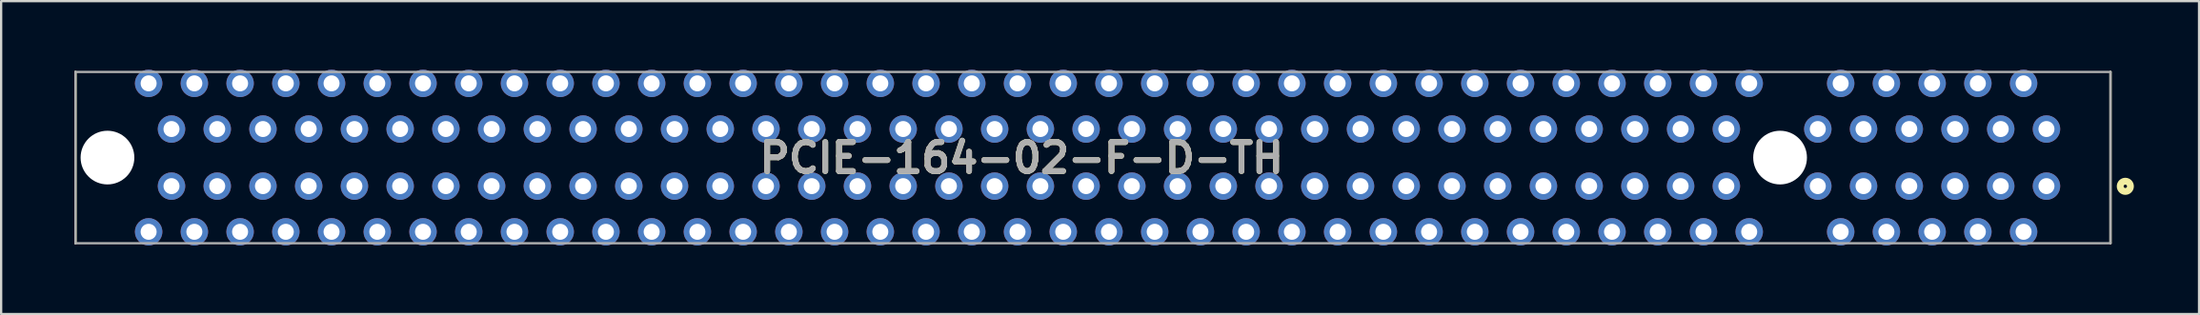
<source format=kicad_pcb>
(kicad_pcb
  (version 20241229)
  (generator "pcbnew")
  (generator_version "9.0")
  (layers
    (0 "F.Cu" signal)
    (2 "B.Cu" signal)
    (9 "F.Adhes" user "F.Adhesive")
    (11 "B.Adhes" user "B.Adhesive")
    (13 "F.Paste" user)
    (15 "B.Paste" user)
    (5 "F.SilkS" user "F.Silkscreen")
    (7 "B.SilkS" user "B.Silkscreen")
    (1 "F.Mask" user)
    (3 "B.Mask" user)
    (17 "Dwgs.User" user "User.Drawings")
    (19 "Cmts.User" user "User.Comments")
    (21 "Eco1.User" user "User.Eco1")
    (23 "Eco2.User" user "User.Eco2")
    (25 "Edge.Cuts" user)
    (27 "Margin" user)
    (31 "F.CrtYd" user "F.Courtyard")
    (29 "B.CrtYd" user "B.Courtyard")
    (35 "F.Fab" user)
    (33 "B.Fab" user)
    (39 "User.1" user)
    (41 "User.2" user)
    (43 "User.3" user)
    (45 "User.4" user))
  (footprint "PCIE-164-02-F-D-TH"
    (layer "F.Cu")
    (at 0.25 3.85)
    (property "Reference" "PCIE-164-02-F-D-TH" (at 41.379 0.016 0) (layer "F.SilkS") (effects (font (size 1.27 1.27) (thickness 0.254))))
    (attr through_hole)
    (fp_line (start 0 -3.75) (end 0 3.75) (stroke (width 0.1) (type solid)) (layer "F.SilkS"))
    (fp_line (start 89 -3.75) (end 89 3.75) (stroke (width 0.1) (type solid)) (layer "F.SilkS"))
    (fp_circle (center 89.649 1.258) (end 89.649 1.332) (stroke (width 0.3) (type solid)) (fill no) (layer "F.SilkS"))
    (fp_line (start 0 -3.75) (end 89 -3.75) (stroke (width 0.1) (type solid)) (layer "F.Fab"))
    (fp_line (start 0 3.75) (end 0 -3.75) (stroke (width 0.1) (type solid)) (layer "F.Fab"))
    (fp_line (start 89 -3.75) (end 89 3.75) (stroke (width 0.1) (type solid)) (layer "F.Fab"))
    (fp_line (start 89 3.75) (end 0 3.75) (stroke (width 0.1) (type solid)) (layer "F.Fab"))
    (fp_text user "${REFERENCE}" (at 41.379 0.016 0) (layer "F.Fab") (effects (font (size 1.27 1.27) (thickness 0.254))))
    (pad "" np_thru_hole circle (at 1.4 0) (size 2.35 2.35) (drill 2.35) (layers "*.Cu" "*.Mask"))
    (pad "" np_thru_hole circle (at 74.55 0) (size 2.35 2.35) (drill 2.35) (layers "*.Cu" "*.Mask"))
    (pad "A1" thru_hole circle (at 86.2 1.25) (size 1.2 1.2) (drill 0.7) (layers "*.Cu" "*.Mask"))
    (pad "A2" thru_hole circle (at 85.2 3.25) (size 1.2 1.2) (drill 0.7) (layers "*.Cu" "*.Mask"))
    (pad "A3" thru_hole circle (at 84.2 1.25) (size 1.2 1.2) (drill 0.7) (layers "*.Cu" "*.Mask"))
    (pad "A4" thru_hole circle (at 83.2 3.25) (size 1.2 1.2) (drill 0.7) (layers "*.Cu" "*.Mask"))
    (pad "A5" thru_hole circle (at 82.2 1.25) (size 1.2 1.2) (drill 0.7) (layers "*.Cu" "*.Mask"))
    (pad "A6" thru_hole circle (at 81.2 3.25) (size 1.2 1.2) (drill 0.7) (layers "*.Cu" "*.Mask"))
    (pad "A7" thru_hole circle (at 80.2 1.25) (size 1.2 1.2) (drill 0.7) (layers "*.Cu" "*.Mask"))
    (pad "A8" thru_hole circle (at 79.2 3.25) (size 1.2 1.2) (drill 0.7) (layers "*.Cu" "*.Mask"))
    (pad "A9" thru_hole circle (at 78.2 1.25) (size 1.2 1.2) (drill 0.7) (layers "*.Cu" "*.Mask"))
    (pad "A10" thru_hole circle (at 77.2 3.25) (size 1.2 1.2) (drill 0.7) (layers "*.Cu" "*.Mask"))
    (pad "A11" thru_hole circle (at 76.2 1.25) (size 1.2 1.2) (drill 0.7) (layers "*.Cu" "*.Mask"))
    (pad "A12" thru_hole circle (at 73.2 3.25) (size 1.2 1.2) (drill 0.7) (layers "*.Cu" "*.Mask"))
    (pad "A13" thru_hole circle (at 72.2 1.25) (size 1.2 1.2) (drill 0.7) (layers "*.Cu" "*.Mask"))
    (pad "A14" thru_hole circle (at 71.2 3.25) (size 1.2 1.2) (drill 0.7) (layers "*.Cu" "*.Mask"))
    (pad "A15" thru_hole circle (at 70.2 1.25) (size 1.2 1.2) (drill 0.7) (layers "*.Cu" "*.Mask"))
    (pad "A16" thru_hole circle (at 69.2 3.25) (size 1.2 1.2) (drill 0.7) (layers "*.Cu" "*.Mask"))
    (pad "A17" thru_hole circle (at 68.2 1.25) (size 1.2 1.2) (drill 0.7) (layers "*.Cu" "*.Mask"))
    (pad "A18" thru_hole circle (at 67.2 3.25) (size 1.2 1.2) (drill 0.7) (layers "*.Cu" "*.Mask"))
    (pad "A19" thru_hole circle (at 66.2 1.25) (size 1.2 1.2) (drill 0.7) (layers "*.Cu" "*.Mask"))
    (pad "A20" thru_hole circle (at 65.2 3.25) (size 1.2 1.2) (drill 0.7) (layers "*.Cu" "*.Mask"))
    (pad "A21" thru_hole circle (at 64.2 1.25) (size 1.2 1.2) (drill 0.7) (layers "*.Cu" "*.Mask"))
    (pad "A22" thru_hole circle (at 63.2 3.25) (size 1.2 1.2) (drill 0.7) (layers "*.Cu" "*.Mask"))
    (pad "A23" thru_hole circle (at 62.2 1.25) (size 1.2 1.2) (drill 0.7) (layers "*.Cu" "*.Mask"))
    (pad "A24" thru_hole circle (at 61.2 3.25) (size 1.2 1.2) (drill 0.7) (layers "*.Cu" "*.Mask"))
    (pad "A25" thru_hole circle (at 60.2 1.25) (size 1.2 1.2) (drill 0.7) (layers "*.Cu" "*.Mask"))
    (pad "A26" thru_hole circle (at 59.2 3.25) (size 1.2 1.2) (drill 0.7) (layers "*.Cu" "*.Mask"))
    (pad "A27" thru_hole circle (at 58.2 1.25) (size 1.2 1.2) (drill 0.7) (layers "*.Cu" "*.Mask"))
    (pad "A28" thru_hole circle (at 57.2 3.25) (size 1.2 1.2) (drill 0.7) (layers "*.Cu" "*.Mask"))
    (pad "A29" thru_hole circle (at 56.2 1.25) (size 1.2 1.2) (drill 0.7) (layers "*.Cu" "*.Mask"))
    (pad "A30" thru_hole circle (at 55.2 3.25) (size 1.2 1.2) (drill 0.7) (layers "*.Cu" "*.Mask"))
    (pad "A31" thru_hole circle (at 54.2 1.25) (size 1.2 1.2) (drill 0.7) (layers "*.Cu" "*.Mask"))
    (pad "A32" thru_hole circle (at 53.2 3.25) (size 1.2 1.2) (drill 0.7) (layers "*.Cu" "*.Mask"))
    (pad "A33" thru_hole circle (at 52.2 1.25) (size 1.2 1.2) (drill 0.7) (layers "*.Cu" "*.Mask"))
    (pad "A34" thru_hole circle (at 51.2 3.25) (size 1.2 1.2) (drill 0.7) (layers "*.Cu" "*.Mask"))
    (pad "A35" thru_hole circle (at 50.2 1.25) (size 1.2 1.2) (drill 0.7) (layers "*.Cu" "*.Mask"))
    (pad "A36" thru_hole circle (at 49.2 3.25) (size 1.2 1.2) (drill 0.7) (layers "*.Cu" "*.Mask"))
    (pad "A37" thru_hole circle (at 48.2 1.25) (size 1.2 1.2) (drill 0.7) (layers "*.Cu" "*.Mask"))
    (pad "A38" thru_hole circle (at 47.2 3.25) (size 1.2 1.2) (drill 0.7) (layers "*.Cu" "*.Mask"))
    (pad "A39" thru_hole circle (at 46.2 1.25) (size 1.2 1.2) (drill 0.7) (layers "*.Cu" "*.Mask"))
    (pad "A40" thru_hole circle (at 45.2 3.25) (size 1.2 1.2) (drill 0.7) (layers "*.Cu" "*.Mask"))
    (pad "A41" thru_hole circle (at 44.2 1.25) (size 1.2 1.2) (drill 0.7) (layers "*.Cu" "*.Mask"))
    (pad "A42" thru_hole circle (at 43.2 3.25) (size 1.2 1.2) (drill 0.7) (layers "*.Cu" "*.Mask"))
    (pad "A43" thru_hole circle (at 42.2 1.25) (size 1.2 1.2) (drill 0.7) (layers "*.Cu" "*.Mask"))
    (pad "A44" thru_hole circle (at 41.2 3.25) (size 1.2 1.2) (drill 0.7) (layers "*.Cu" "*.Mask"))
    (pad "A45" thru_hole circle (at 40.2 1.25) (size 1.2 1.2) (drill 0.7) (layers "*.Cu" "*.Mask"))
    (pad "A46" thru_hole circle (at 39.2 3.25) (size 1.2 1.2) (drill 0.7) (layers "*.Cu" "*.Mask"))
    (pad "A47" thru_hole circle (at 38.2 1.25) (size 1.2 1.2) (drill 0.7) (layers "*.Cu" "*.Mask"))
    (pad "A48" thru_hole circle (at 37.2 3.25) (size 1.2 1.2) (drill 0.7) (layers "*.Cu" "*.Mask"))
    (pad "A49" thru_hole circle (at 36.2 1.25) (size 1.2 1.2) (drill 0.7) (layers "*.Cu" "*.Mask"))
    (pad "A50" thru_hole circle (at 35.2 3.25) (size 1.2 1.2) (drill 0.7) (layers "*.Cu" "*.Mask"))
    (pad "A51" thru_hole circle (at 34.2 1.25) (size 1.2 1.2) (drill 0.7) (layers "*.Cu" "*.Mask"))
    (pad "A52" thru_hole circle (at 33.2 3.25) (size 1.2 1.2) (drill 0.7) (layers "*.Cu" "*.Mask"))
    (pad "A53" thru_hole circle (at 32.2 1.25) (size 1.2 1.2) (drill 0.7) (layers "*.Cu" "*.Mask"))
    (pad "A54" thru_hole circle (at 31.2 3.25) (size 1.2 1.2) (drill 0.7) (layers "*.Cu" "*.Mask"))
    (pad "A55" thru_hole circle (at 30.2 1.25) (size 1.2 1.2) (drill 0.7) (layers "*.Cu" "*.Mask"))
    (pad "A56" thru_hole circle (at 29.2 3.25) (size 1.2 1.2) (drill 0.7) (layers "*.Cu" "*.Mask"))
    (pad "A57" thru_hole circle (at 28.2 1.25) (size 1.2 1.2) (drill 0.7) (layers "*.Cu" "*.Mask"))
    (pad "A58" thru_hole circle (at 27.2 3.25) (size 1.2 1.2) (drill 0.7) (layers "*.Cu" "*.Mask"))
    (pad "A59" thru_hole circle (at 26.2 1.25) (size 1.2 1.2) (drill 0.7) (layers "*.Cu" "*.Mask"))
    (pad "A60" thru_hole circle (at 25.2 3.25) (size 1.2 1.2) (drill 0.7) (layers "*.Cu" "*.Mask"))
    (pad "A61" thru_hole circle (at 24.2 1.25) (size 1.2 1.2) (drill 0.7) (layers "*.Cu" "*.Mask"))
    (pad "A62" thru_hole circle (at 23.2 3.25) (size 1.2 1.2) (drill 0.7) (layers "*.Cu" "*.Mask"))
    (pad "A63" thru_hole circle (at 22.2 1.25) (size 1.2 1.2) (drill 0.7) (layers "*.Cu" "*.Mask"))
    (pad "A64" thru_hole circle (at 21.2 3.25) (size 1.2 1.2) (drill 0.7) (layers "*.Cu" "*.Mask"))
    (pad "A65" thru_hole circle (at 20.2 1.25) (size 1.2 1.2) (drill 0.7) (layers "*.Cu" "*.Mask"))
    (pad "A66" thru_hole circle (at 19.2 3.25) (size 1.2 1.2) (drill 0.7) (layers "*.Cu" "*.Mask"))
    (pad "A67" thru_hole circle (at 18.2 1.25) (size 1.2 1.2) (drill 0.7) (layers "*.Cu" "*.Mask"))
    (pad "A68" thru_hole circle (at 17.2 3.25) (size 1.2 1.2) (drill 0.7) (layers "*.Cu" "*.Mask"))
    (pad "A69" thru_hole circle (at 16.2 1.25) (size 1.2 1.2) (drill 0.7) (layers "*.Cu" "*.Mask"))
    (pad "A70" thru_hole circle (at 15.2 3.25) (size 1.2 1.2) (drill 0.7) (layers "*.Cu" "*.Mask"))
    (pad "A71" thru_hole circle (at 14.2 1.25) (size 1.2 1.2) (drill 0.7) (layers "*.Cu" "*.Mask"))
    (pad "A72" thru_hole circle (at 13.2 3.25) (size 1.2 1.2) (drill 0.7) (layers "*.Cu" "*.Mask"))
    (pad "A73" thru_hole circle (at 12.2 1.25) (size 1.2 1.2) (drill 0.7) (layers "*.Cu" "*.Mask"))
    (pad "A74" thru_hole circle (at 11.2 3.25) (size 1.2 1.2) (drill 0.7) (layers "*.Cu" "*.Mask"))
    (pad "A75" thru_hole circle (at 10.2 1.25) (size 1.2 1.2) (drill 0.7) (layers "*.Cu" "*.Mask"))
    (pad "A76" thru_hole circle (at 9.2 3.25) (size 1.2 1.2) (drill 0.7) (layers "*.Cu" "*.Mask"))
    (pad "A77" thru_hole circle (at 8.2 1.25) (size 1.2 1.2) (drill 0.7) (layers "*.Cu" "*.Mask"))
    (pad "A78" thru_hole circle (at 7.2 3.25) (size 1.2 1.2) (drill 0.7) (layers "*.Cu" "*.Mask"))
    (pad "A79" thru_hole circle (at 6.2 1.25) (size 1.2 1.2) (drill 0.7) (layers "*.Cu" "*.Mask"))
    (pad "A80" thru_hole circle (at 5.2 3.25) (size 1.2 1.2) (drill 0.7) (layers "*.Cu" "*.Mask"))
    (pad "A81" thru_hole circle (at 4.2 1.25) (size 1.2 1.2) (drill 0.7) (layers "*.Cu" "*.Mask"))
    (pad "A82" thru_hole circle (at 3.2 3.25) (size 1.2 1.2) (drill 0.7) (layers "*.Cu" "*.Mask"))
    (pad "B1" thru_hole circle (at 86.2 -1.25) (size 1.2 1.2) (drill 0.7) (layers "*.Cu" "*.Mask"))
    (pad "B2" thru_hole circle (at 85.2 -3.25) (size 1.2 1.2) (drill 0.7) (layers "*.Cu" "*.Mask"))
    (pad "B3" thru_hole circle (at 84.2 -1.25) (size 1.2 1.2) (drill 0.7) (layers "*.Cu" "*.Mask"))
    (pad "B4" thru_hole circle (at 83.2 -3.25) (size 1.2 1.2) (drill 0.7) (layers "*.Cu" "*.Mask"))
    (pad "B5" thru_hole circle (at 82.2 -1.25) (size 1.2 1.2) (drill 0.7) (layers "*.Cu" "*.Mask"))
    (pad "B6" thru_hole circle (at 81.2 -3.25) (size 1.2 1.2) (drill 0.7) (layers "*.Cu" "*.Mask"))
    (pad "B7" thru_hole circle (at 80.2 -1.25) (size 1.2 1.2) (drill 0.7) (layers "*.Cu" "*.Mask"))
    (pad "B8" thru_hole circle (at 79.2 -3.25) (size 1.2 1.2) (drill 0.7) (layers "*.Cu" "*.Mask"))
    (pad "B9" thru_hole circle (at 78.2 -1.25) (size 1.2 1.2) (drill 0.7) (layers "*.Cu" "*.Mask"))
    (pad "B10" thru_hole circle (at 77.2 -3.25) (size 1.2 1.2) (drill 0.7) (layers "*.Cu" "*.Mask"))
    (pad "B11" thru_hole circle (at 76.2 -1.25) (size 1.2 1.2) (drill 0.7) (layers "*.Cu" "*.Mask"))
    (pad "B12" thru_hole circle (at 73.2 -3.25) (size 1.2 1.2) (drill 0.7) (layers "*.Cu" "*.Mask"))
    (pad "B13" thru_hole circle (at 72.2 -1.25) (size 1.2 1.2) (drill 0.7) (layers "*.Cu" "*.Mask"))
    (pad "B14" thru_hole circle (at 71.2 -3.25) (size 1.2 1.2) (drill 0.7) (layers "*.Cu" "*.Mask"))
    (pad "B15" thru_hole circle (at 70.2 -1.25) (size 1.2 1.2) (drill 0.7) (layers "*.Cu" "*.Mask"))
    (pad "B16" thru_hole circle (at 69.2 -3.25) (size 1.2 1.2) (drill 0.7) (layers "*.Cu" "*.Mask"))
    (pad "B17" thru_hole circle (at 68.2 -1.25) (size 1.2 1.2) (drill 0.7) (layers "*.Cu" "*.Mask"))
    (pad "B18" thru_hole circle (at 67.2 -3.25) (size 1.2 1.2) (drill 0.7) (layers "*.Cu" "*.Mask"))
    (pad "B19" thru_hole circle (at 66.2 -1.25) (size 1.2 1.2) (drill 0.7) (layers "*.Cu" "*.Mask"))
    (pad "B20" thru_hole circle (at 65.2 -3.25) (size 1.2 1.2) (drill 0.7) (layers "*.Cu" "*.Mask"))
    (pad "B21" thru_hole circle (at 64.2 -1.25) (size 1.2 1.2) (drill 0.7) (layers "*.Cu" "*.Mask"))
    (pad "B22" thru_hole circle (at 63.2 -3.25) (size 1.2 1.2) (drill 0.7) (layers "*.Cu" "*.Mask"))
    (pad "B23" thru_hole circle (at 62.2 -1.25) (size 1.2 1.2) (drill 0.7) (layers "*.Cu" "*.Mask"))
    (pad "B24" thru_hole circle (at 61.2 -3.25) (size 1.2 1.2) (drill 0.7) (layers "*.Cu" "*.Mask"))
    (pad "B25" thru_hole circle (at 60.2 -1.25) (size 1.2 1.2) (drill 0.7) (layers "*.Cu" "*.Mask"))
    (pad "B26" thru_hole circle (at 59.2 -3.25) (size 1.2 1.2) (drill 0.7) (layers "*.Cu" "*.Mask"))
    (pad "B27" thru_hole circle (at 58.2 -1.25) (size 1.2 1.2) (drill 0.7) (layers "*.Cu" "*.Mask"))
    (pad "B28" thru_hole circle (at 57.2 -3.25) (size 1.2 1.2) (drill 0.7) (layers "*.Cu" "*.Mask"))
    (pad "B29" thru_hole circle (at 56.2 -1.25) (size 1.2 1.2) (drill 0.7) (layers "*.Cu" "*.Mask"))
    (pad "B30" thru_hole circle (at 55.2 -3.25) (size 1.2 1.2) (drill 0.7) (layers "*.Cu" "*.Mask"))
    (pad "B31" thru_hole circle (at 54.2 -1.25) (size 1.2 1.2) (drill 0.7) (layers "*.Cu" "*.Mask"))
    (pad "B32" thru_hole circle (at 53.2 -3.25) (size 1.2 1.2) (drill 0.7) (layers "*.Cu" "*.Mask"))
    (pad "B33" thru_hole circle (at 52.2 -1.25) (size 1.2 1.2) (drill 0.7) (layers "*.Cu" "*.Mask"))
    (pad "B34" thru_hole circle (at 51.2 -3.25) (size 1.2 1.2) (drill 0.7) (layers "*.Cu" "*.Mask"))
    (pad "B35" thru_hole circle (at 50.2 -1.25) (size 1.2 1.2) (drill 0.7) (layers "*.Cu" "*.Mask"))
    (pad "B36" thru_hole circle (at 49.2 -3.25) (size 1.2 1.2) (drill 0.7) (layers "*.Cu" "*.Mask"))
    (pad "B37" thru_hole circle (at 48.2 -1.25) (size 1.2 1.2) (drill 0.7) (layers "*.Cu" "*.Mask"))
    (pad "B38" thru_hole circle (at 47.2 -3.25) (size 1.2 1.2) (drill 0.7) (layers "*.Cu" "*.Mask"))
    (pad "B39" thru_hole circle (at 46.2 -1.25) (size 1.2 1.2) (drill 0.7) (layers "*.Cu" "*.Mask"))
    (pad "B40" thru_hole circle (at 45.2 -3.25) (size 1.2 1.2) (drill 0.7) (layers "*.Cu" "*.Mask"))
    (pad "B41" thru_hole circle (at 44.2 -1.25) (size 1.2 1.2) (drill 0.7) (layers "*.Cu" "*.Mask"))
    (pad "B42" thru_hole circle (at 43.2 -3.25) (size 1.2 1.2) (drill 0.7) (layers "*.Cu" "*.Mask"))
    (pad "B43" thru_hole circle (at 42.2 -1.25) (size 1.2 1.2) (drill 0.7) (layers "*.Cu" "*.Mask"))
    (pad "B44" thru_hole circle (at 41.2 -3.25) (size 1.2 1.2) (drill 0.7) (layers "*.Cu" "*.Mask"))
    (pad "B45" thru_hole circle (at 40.2 -1.25) (size 1.2 1.2) (drill 0.7) (layers "*.Cu" "*.Mask"))
    (pad "B46" thru_hole circle (at 39.2 -3.25) (size 1.2 1.2) (drill 0.7) (layers "*.Cu" "*.Mask"))
    (pad "B47" thru_hole circle (at 38.2 -1.25) (size 1.2 1.2) (drill 0.7) (layers "*.Cu" "*.Mask"))
    (pad "B48" thru_hole circle (at 37.2 -3.25) (size 1.2 1.2) (drill 0.7) (layers "*.Cu" "*.Mask"))
    (pad "B49" thru_hole circle (at 36.2 -1.25) (size 1.2 1.2) (drill 0.7) (layers "*.Cu" "*.Mask"))
    (pad "B50" thru_hole circle (at 35.2 -3.25) (size 1.2 1.2) (drill 0.7) (layers "*.Cu" "*.Mask"))
    (pad "B51" thru_hole circle (at 34.2 -1.25) (size 1.2 1.2) (drill 0.7) (layers "*.Cu" "*.Mask"))
    (pad "B52" thru_hole circle (at 33.2 -3.25) (size 1.2 1.2) (drill 0.7) (layers "*.Cu" "*.Mask"))
    (pad "B53" thru_hole circle (at 32.2 -1.25) (size 1.2 1.2) (drill 0.7) (layers "*.Cu" "*.Mask"))
    (pad "B54" thru_hole circle (at 31.2 -3.25) (size 1.2 1.2) (drill 0.7) (layers "*.Cu" "*.Mask"))
    (pad "B55" thru_hole circle (at 30.2 -1.25) (size 1.2 1.2) (drill 0.7) (layers "*.Cu" "*.Mask"))
    (pad "B56" thru_hole circle (at 29.2 -3.25) (size 1.2 1.2) (drill 0.7) (layers "*.Cu" "*.Mask"))
    (pad "B57" thru_hole circle (at 28.2 -1.25) (size 1.2 1.2) (drill 0.7) (layers "*.Cu" "*.Mask"))
    (pad "B58" thru_hole circle (at 27.2 -3.25) (size 1.2 1.2) (drill 0.7) (layers "*.Cu" "*.Mask"))
    (pad "B59" thru_hole circle (at 26.2 -1.25) (size 1.2 1.2) (drill 0.7) (layers "*.Cu" "*.Mask"))
    (pad "B60" thru_hole circle (at 25.2 -3.25) (size 1.2 1.2) (drill 0.7) (layers "*.Cu" "*.Mask"))
    (pad "B61" thru_hole circle (at 24.2 -1.25) (size 1.2 1.2) (drill 0.7) (layers "*.Cu" "*.Mask"))
    (pad "B62" thru_hole circle (at 23.2 -3.25) (size 1.2 1.2) (drill 0.7) (layers "*.Cu" "*.Mask"))
    (pad "B63" thru_hole circle (at 22.2 -1.25) (size 1.2 1.2) (drill 0.7) (layers "*.Cu" "*.Mask"))
    (pad "B64" thru_hole circle (at 21.2 -3.25) (size 1.2 1.2) (drill 0.7) (layers "*.Cu" "*.Mask"))
    (pad "B65" thru_hole circle (at 20.2 -1.25) (size 1.2 1.2) (drill 0.7) (layers "*.Cu" "*.Mask"))
    (pad "B66" thru_hole circle (at 19.2 -3.25) (size 1.2 1.2) (drill 0.7) (layers "*.Cu" "*.Mask"))
    (pad "B67" thru_hole circle (at 18.2 -1.25) (size 1.2 1.2) (drill 0.7) (layers "*.Cu" "*.Mask"))
    (pad "B68" thru_hole circle (at 17.2 -3.25) (size 1.2 1.2) (drill 0.7) (layers "*.Cu" "*.Mask"))
    (pad "B69" thru_hole circle (at 16.2 -1.25) (size 1.2 1.2) (drill 0.7) (layers "*.Cu" "*.Mask"))
    (pad "B70" thru_hole circle (at 15.2 -3.25) (size 1.2 1.2) (drill 0.7) (layers "*.Cu" "*.Mask"))
    (pad "B71" thru_hole circle (at 14.2 -1.25) (size 1.2 1.2) (drill 0.7) (layers "*.Cu" "*.Mask"))
    (pad "B72" thru_hole circle (at 13.2 -3.25) (size 1.2 1.2) (drill 0.7) (layers "*.Cu" "*.Mask"))
    (pad "B73" thru_hole circle (at 12.2 -1.25) (size 1.2 1.2) (drill 0.7) (layers "*.Cu" "*.Mask"))
    (pad "B74" thru_hole circle (at 11.2 -3.25) (size 1.2 1.2) (drill 0.7) (layers "*.Cu" "*.Mask"))
    (pad "B75" thru_hole circle (at 10.2 -1.25) (size 1.2 1.2) (drill 0.7) (layers "*.Cu" "*.Mask"))
    (pad "B76" thru_hole circle (at 9.2 -3.25) (size 1.2 1.2) (drill 0.7) (layers "*.Cu" "*.Mask"))
    (pad "B77" thru_hole circle (at 8.2 -1.25) (size 1.2 1.2) (drill 0.7) (layers "*.Cu" "*.Mask"))
    (pad "B78" thru_hole circle (at 7.2 -3.25) (size 1.2 1.2) (drill 0.7) (layers "*.Cu" "*.Mask"))
    (pad "B79" thru_hole circle (at 6.2 -1.25) (size 1.2 1.2) (drill 0.7) (layers "*.Cu" "*.Mask"))
    (pad "B80" thru_hole circle (at 5.2 -3.25) (size 1.2 1.2) (drill 0.7) (layers "*.Cu" "*.Mask"))
    (pad "B81" thru_hole circle (at 4.2 -1.25) (size 1.2 1.2) (drill 0.7) (layers "*.Cu" "*.Mask"))
    (pad "B82" thru_hole circle (at 3.2 -3.25) (size 1.2 1.2) (drill 0.7) (layers "*.Cu" "*.Mask")))
  (gr_rect
    (start -3 -3)
    (end 93.123 10.7)
    (stroke (width 0.1) (type default))
    (fill no)
    (layer "Edge.Cuts")))
</source>
